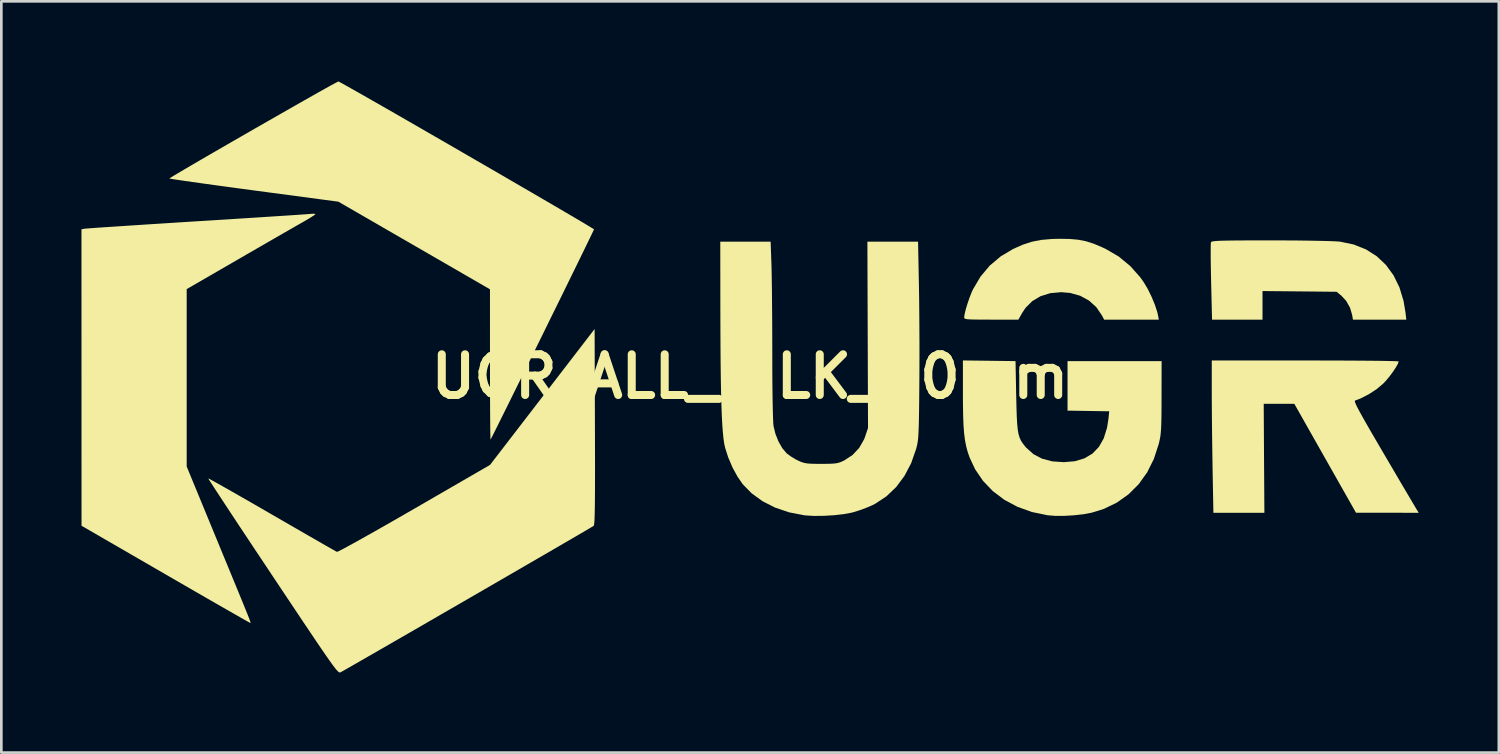
<source format=kicad_pcb>
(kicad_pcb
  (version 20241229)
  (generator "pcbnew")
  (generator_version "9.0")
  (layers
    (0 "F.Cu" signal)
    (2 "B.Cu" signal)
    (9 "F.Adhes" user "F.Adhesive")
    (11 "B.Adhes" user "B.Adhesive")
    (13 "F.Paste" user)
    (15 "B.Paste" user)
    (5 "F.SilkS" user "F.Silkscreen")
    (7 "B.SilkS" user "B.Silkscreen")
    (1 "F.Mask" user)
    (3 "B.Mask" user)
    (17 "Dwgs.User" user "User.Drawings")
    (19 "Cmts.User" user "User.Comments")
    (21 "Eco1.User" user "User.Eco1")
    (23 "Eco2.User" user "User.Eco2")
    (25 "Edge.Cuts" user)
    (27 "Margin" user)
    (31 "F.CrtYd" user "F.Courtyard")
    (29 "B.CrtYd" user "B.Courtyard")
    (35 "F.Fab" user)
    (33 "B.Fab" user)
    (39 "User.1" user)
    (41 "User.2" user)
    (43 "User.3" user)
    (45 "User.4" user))
  (footprint "UGR_ALL_SILK_50mm"
    (layer "F.Cu")
    (at 25.029 11.049)
    (property "Reference" "UGR_ALL_SILK_50mm" (at 0 0 0) (layer "F.SilkS") (effects (font (size 1.524 1.524) (thickness 0.3))))
    (attr board_only exclude_from_pos_files exclude_from_bom)
    (fp_poly (pts (xy 19.987 -5.098) (xy 20.449 -5.095) (xy 20.875 -5.09) (xy 21.257 -5.083) (xy 21.583 -5.076) (xy 21.844 -5.067) (xy 22.029 -5.057) (xy 22.103 -5.05) (xy 22.607 -4.944) (xy 23.062 -4.762) (xy 23.464 -4.507) (xy 23.808 -4.183) (xy 24.093 -3.793) (xy 24.315 -3.341) (xy 24.47 -2.83) (xy 24.542 -2.399) (xy 24.572 -2.132) (xy 22.574 -2.132) (xy 22.545 -2.309) (xy 22.465 -2.578) (xy 22.324 -2.83) (xy 22.141 -3.03) (xy 22.138 -3.032) (xy 21.962 -3.175) (xy 20.575 -3.189) (xy 19.189 -3.202) (xy 19.189 -2.132) (xy 17.299 -2.132) (xy 17.265 -3.544) (xy 17.258 -3.899) (xy 17.252 -4.226) (xy 17.249 -4.513) (xy 17.249 -4.748) (xy 17.251 -4.919) (xy 17.256 -5.014) (xy 17.258 -5.027) (xy 17.273 -5.044) (xy 17.309 -5.058) (xy 17.374 -5.069) (xy 17.474 -5.078) (xy 17.618 -5.085) (xy 17.814 -5.09) (xy 18.069 -5.094) (xy 18.39 -5.097) (xy 18.785 -5.098) (xy 19.262 -5.098) (xy 19.502 -5.099)) (stroke (width 0) (type solid)) (fill yes) (layer "F.SilkS"))
    (fp_poly (pts (xy 11.972 -5.152) (xy 12.295 -5.123) (xy 12.587 -5.065) (xy 12.878 -4.971) (xy 13.199 -4.835) (xy 13.329 -4.773) (xy 13.808 -4.493) (xy 14.24 -4.136) (xy 14.614 -3.714) (xy 14.734 -3.545) (xy 14.888 -3.288) (xy 15.033 -2.994) (xy 15.157 -2.696) (xy 15.246 -2.425) (xy 15.274 -2.306) (xy 15.306 -2.132) (xy 13.259 -2.132) (xy 13.181 -2.283) (xy 12.969 -2.596) (xy 12.694 -2.845) (xy 12.365 -3.025) (xy 11.99 -3.131) (xy 11.653 -3.16) (xy 11.243 -3.123) (xy 10.88 -3.01) (xy 10.568 -2.825) (xy 10.314 -2.57) (xy 10.192 -2.386) (xy 10.049 -2.132) (xy 9.034 -2.132) (xy 8.701 -2.133) (xy 8.45 -2.135) (xy 8.269 -2.139) (xy 8.147 -2.147) (xy 8.072 -2.159) (xy 8.034 -2.177) (xy 8.02 -2.2) (xy 8.019 -2.214) (xy 8.035 -2.338) (xy 8.08 -2.52) (xy 8.145 -2.736) (xy 8.221 -2.958) (xy 8.301 -3.161) (xy 8.347 -3.261) (xy 8.629 -3.741) (xy 8.976 -4.154) (xy 9.389 -4.502) (xy 9.849 -4.776) (xy 10.208 -4.936) (xy 10.551 -5.048) (xy 10.909 -5.118) (xy 11.31 -5.152) (xy 11.588 -5.159)) (stroke (width 0) (type solid)) (fill yes) (layer "F.SilkS"))
    (fp_poly (pts (xy 21.349 -0.602) (xy 21.881 -0.601) (xy 22.379 -0.599) (xy 22.835 -0.596) (xy 23.241 -0.593) (xy 23.592 -0.589) (xy 23.878 -0.584) (xy 24.095 -0.579) (xy 24.233 -0.574) (xy 24.287 -0.568) (xy 24.287 -0.568) (xy 24.258 -0.479) (xy 24.18 -0.341) (xy 24.069 -0.174) (xy 23.937 0.002) (xy 23.799 0.167) (xy 23.712 0.259) (xy 23.467 0.466) (xy 23.169 0.661) (xy 22.856 0.821) (xy 22.656 0.897) (xy 22.645 0.916) (xy 22.654 0.962) (xy 22.686 1.042) (xy 22.744 1.163) (xy 22.833 1.329) (xy 22.954 1.547) (xy 23.111 1.823) (xy 23.307 2.163) (xy 23.546 2.572) (xy 23.714 2.86) (xy 23.944 3.251) (xy 24.162 3.622) (xy 24.363 3.965) (xy 24.543 4.27) (xy 24.696 4.529) (xy 24.817 4.734) (xy 24.901 4.876) (xy 24.943 4.947) (xy 24.944 4.948) (xy 25.037 5.099) (xy 22.689 5.098) (xy 21.534 3.059) (xy 20.38 1.02) (xy 19.234 1.02) (xy 19.246 3.059) (xy 19.259 5.099) (xy 18.304 5.099) (xy 17.35 5.099) (xy 17.319 3.422) (xy 17.312 2.969) (xy 17.305 2.486) (xy 17.299 1.996) (xy 17.294 1.521) (xy 17.291 1.083) (xy 17.289 0.707) (xy 17.289 0.572) (xy 17.289 -0.603) (xy 20.788 -0.603)) (stroke (width 0) (type solid)) (fill yes) (layer "F.SilkS"))
    (fp_poly (pts (xy 8.957 -0.592) (xy 9.942 -0.579) (xy 9.967 0.718) (xy 9.977 1.143) (xy 9.988 1.486) (xy 10.003 1.761) (xy 10.024 1.978) (xy 10.054 2.15) (xy 10.095 2.288) (xy 10.149 2.405) (xy 10.219 2.511) (xy 10.306 2.62) (xy 10.345 2.665) (xy 10.614 2.905) (xy 10.936 3.074) (xy 11.315 3.174) (xy 11.748 3.205) (xy 12.166 3.169) (xy 12.524 3.061) (xy 12.823 2.883) (xy 13.063 2.633) (xy 13.245 2.312) (xy 13.367 1.919) (xy 13.42 1.589) (xy 13.45 1.3) (xy 12.67 1.287) (xy 11.889 1.275) (xy 11.889 -0.579) (xy 15.411 -0.579) (xy 15.409 0.765) (xy 15.408 1.162) (xy 15.405 1.48) (xy 15.4 1.732) (xy 15.392 1.932) (xy 15.381 2.092) (xy 15.365 2.228) (xy 15.343 2.352) (xy 15.315 2.477) (xy 15.303 2.526) (xy 15.121 3.084) (xy 14.87 3.587) (xy 14.552 4.03) (xy 14.173 4.408) (xy 13.736 4.718) (xy 13.245 4.956) (xy 12.793 5.096) (xy 12.482 5.154) (xy 12.126 5.194) (xy 11.758 5.215) (xy 11.413 5.214) (xy 11.136 5.191) (xy 10.55 5.069) (xy 10.011 4.874) (xy 9.523 4.613) (xy 9.092 4.288) (xy 8.725 3.905) (xy 8.428 3.468) (xy 8.223 3.03) (xy 8.152 2.824) (xy 8.095 2.614) (xy 8.051 2.387) (xy 8.018 2.13) (xy 7.995 1.83) (xy 7.981 1.474) (xy 7.974 1.049) (xy 7.972 0.665) (xy 7.972 -0.604)) (stroke (width 0) (type solid)) (fill yes) (layer "F.SilkS"))
    (fp_poly (pts (xy -16.271 -6.083) (xy -16.27 -6.081) (xy -16.309 -6.047) (xy -16.413 -5.978) (xy -16.567 -5.884) (xy -16.755 -5.775) (xy -16.768 -5.768) (xy -16.912 -5.686) (xy -17.125 -5.564) (xy -17.397 -5.408) (xy -17.717 -5.224) (xy -18.075 -5.018) (xy -18.459 -4.796) (xy -18.859 -4.565) (xy -19.177 -4.381) (xy -21.089 -3.275) (xy -21.089 3.368) (xy -19.973 6.075) (xy -19.728 6.671) (xy -19.515 7.186) (xy -19.334 7.627) (xy -19.18 7.999) (xy -19.053 8.309) (xy -18.95 8.561) (xy -18.868 8.763) (xy -18.805 8.919) (xy -18.759 9.035) (xy -18.728 9.118) (xy -18.709 9.172) (xy -18.7 9.204) (xy -18.699 9.218) (xy -18.703 9.222) (xy -18.71 9.221) (xy -18.715 9.22) (xy -18.759 9.197) (xy -18.878 9.131) (xy -19.064 9.026) (xy -19.312 8.884) (xy -19.616 8.71) (xy -19.97 8.508) (xy -20.366 8.28) (xy -20.8 8.03) (xy -21.264 7.762) (xy -21.753 7.479) (xy -21.888 7.401) (xy -25.027 5.585) (xy -25.028 0.036) (xy -25.029 -5.514) (xy -24.925 -5.535) (xy -24.864 -5.541) (xy -24.717 -5.552) (xy -24.492 -5.569) (xy -24.194 -5.589) (xy -23.831 -5.613) (xy -23.409 -5.641) (xy -22.936 -5.672) (xy -22.417 -5.706) (xy -21.86 -5.741) (xy -21.272 -5.779) (xy -20.695 -5.815) (xy -20.082 -5.853) (xy -19.493 -5.89) (xy -18.936 -5.926) (xy -18.416 -5.959) (xy -17.941 -5.99) (xy -17.518 -6.017) (xy -17.153 -6.041) (xy -16.854 -6.061) (xy -16.627 -6.077) (xy -16.48 -6.088) (xy -16.42 -6.093) (xy -16.318 -6.098)) (stroke (width 0) (type solid)) (fill yes) (layer "F.SilkS"))
    (fp_poly (pts (xy -15.36 -11.025) (xy -15.238 -10.959) (xy -15.048 -10.852) (xy -14.796 -10.71) (xy -14.489 -10.536) (xy -14.132 -10.332) (xy -13.731 -10.103) (xy -13.293 -9.852) (xy -12.824 -9.582) (xy -12.329 -9.297) (xy -11.815 -9) (xy -11.287 -8.696) (xy -10.752 -8.386) (xy -10.215 -8.075) (xy -9.683 -7.767) (xy -9.162 -7.465) (xy -8.657 -7.171) (xy -8.175 -6.891) (xy -7.721 -6.626) (xy -7.302 -6.382) (xy -6.924 -6.16) (xy -6.593 -5.966) (xy -6.314 -5.801) (xy -6.094 -5.67) (xy -5.939 -5.576) (xy -5.854 -5.523) (xy -5.84 -5.512) (xy -5.86 -5.467) (xy -5.918 -5.345) (xy -6.01 -5.155) (xy -6.132 -4.903) (xy -6.282 -4.595) (xy -6.455 -4.24) (xy -6.649 -3.844) (xy -6.86 -3.413) (xy -7.084 -2.956) (xy -7.319 -2.479) (xy -7.56 -1.989) (xy -7.803 -1.493) (xy -8.047 -0.999) (xy -8.287 -0.512) (xy -8.519 -0.041) (xy -8.741 0.408) (xy -8.948 0.827) (xy -9.138 1.211) (xy -9.307 1.551) (xy -9.451 1.841) (xy -9.567 2.073) (xy -9.652 2.241) (xy -9.701 2.338) (xy -9.713 2.359) (xy -9.717 2.318) (xy -9.72 2.191) (xy -9.724 1.988) (xy -9.726 1.716) (xy -9.729 1.383) (xy -9.731 0.996) (xy -9.733 0.564) (xy -9.734 0.094) (xy -9.734 -0.405) (xy -9.734 -0.444) (xy -9.735 -3.268) (xy -15.411 -6.548) (xy -18.575 -6.97) (xy -19.105 -7.041) (xy -19.607 -7.109) (xy -20.074 -7.173) (xy -20.498 -7.232) (xy -20.872 -7.284) (xy -21.188 -7.33) (xy -21.44 -7.367) (xy -21.619 -7.394) (xy -21.719 -7.411) (xy -21.737 -7.416) (xy -21.698 -7.444) (xy -21.586 -7.514) (xy -21.407 -7.62) (xy -21.171 -7.76) (xy -20.884 -7.928) (xy -20.553 -8.121) (xy -20.186 -8.334) (xy -19.79 -8.563) (xy -19.374 -8.803) (xy -18.943 -9.051) (xy -18.507 -9.302) (xy -18.071 -9.551) (xy -17.644 -9.795) (xy -17.233 -10.03) (xy -16.845 -10.251) (xy -16.489 -10.453) (xy -16.17 -10.633) (xy -15.897 -10.786) (xy -15.678 -10.908) (xy -15.519 -10.994) (xy -15.428 -11.041) (xy -15.409 -11.049)) (stroke (width 0) (type solid)) (fill yes) (layer "F.SilkS"))
    (fp_poly (pts (xy -5.805 1.877) (xy -5.803 2.574) (xy -5.802 3.182) (xy -5.802 3.709) (xy -5.803 4.158) (xy -5.805 4.535) (xy -5.808 4.845) (xy -5.813 5.094) (xy -5.818 5.286) (xy -5.825 5.426) (xy -5.834 5.52) (xy -5.844 5.573) (xy -5.851 5.588) (xy -5.896 5.616) (xy -6.015 5.686) (xy -6.202 5.796) (xy -6.451 5.942) (xy -6.756 6.119) (xy -7.111 6.326) (xy -7.51 6.558) (xy -7.947 6.811) (xy -8.415 7.082) (xy -8.909 7.369) (xy -9.422 7.666) (xy -9.949 7.971) (xy -10.483 8.28) (xy -11.019 8.59) (xy -11.549 8.896) (xy -12.069 9.197) (xy -12.571 9.487) (xy -13.051 9.764) (xy -13.502 10.024) (xy -13.917 10.263) (xy -14.291 10.478) (xy -14.618 10.666) (xy -14.891 10.823) (xy -15.105 10.945) (xy -15.253 11.029) (xy -15.329 11.071) (xy -15.33 11.072) (xy -15.348 11.079) (xy -15.37 11.077) (xy -15.399 11.061) (xy -15.436 11.028) (xy -15.487 10.973) (xy -15.553 10.891) (xy -15.638 10.777) (xy -15.745 10.628) (xy -15.878 10.438) (xy -16.039 10.204) (xy -16.232 9.92) (xy -16.459 9.582) (xy -16.725 9.187) (xy -17.031 8.728) (xy -17.383 8.202) (xy -17.781 7.604) (xy -17.866 7.477) (xy -18.214 6.954) (xy -18.548 6.453) (xy -18.862 5.979) (xy -19.155 5.538) (xy -19.421 5.135) (xy -19.658 4.775) (xy -19.862 4.464) (xy -20.03 4.208) (xy -20.158 4.011) (xy -20.243 3.878) (xy -20.28 3.816) (xy -20.282 3.812) (xy -20.24 3.832) (xy -20.125 3.894) (xy -19.944 3.994) (xy -19.704 4.13) (xy -19.411 4.296) (xy -19.074 4.488) (xy -18.699 4.703) (xy -18.293 4.937) (xy -17.894 5.168) (xy -17.464 5.416) (xy -17.057 5.651) (xy -16.681 5.868) (xy -16.342 6.063) (xy -16.048 6.232) (xy -15.805 6.371) (xy -15.622 6.475) (xy -15.506 6.54) (xy -15.463 6.563) (xy -15.414 6.544) (xy -15.291 6.482) (xy -15.102 6.381) (xy -14.852 6.244) (xy -14.548 6.075) (xy -14.196 5.878) (xy -13.804 5.656) (xy -13.378 5.413) (xy -12.924 5.152) (xy -12.568 4.947) (xy -9.733 3.307) (xy -7.775 0.763) (xy -5.817 -1.781)) (stroke (width 0) (type solid)) (fill yes) (layer "F.SilkS"))
    (fp_poly (pts (xy 0.804 -4.183) (xy 0.81 -3.961) (xy 0.815 -3.66) (xy 0.821 -3.293) (xy 0.825 -2.872) (xy 0.829 -2.411) (xy 0.832 -1.923) (xy 0.834 -1.422) (xy 0.835 -0.919) (xy 0.835 -0.881) (xy 0.836 -0.354) (xy 0.838 0.137) (xy 0.843 0.583) (xy 0.849 0.977) (xy 0.856 1.31) (xy 0.864 1.574) (xy 0.873 1.761) (xy 0.882 1.854) (xy 0.953 2.145) (xy 1.067 2.43) (xy 1.21 2.681) (xy 1.369 2.869) (xy 1.378 2.877) (xy 1.52 2.983) (xy 1.698 3.092) (xy 1.806 3.147) (xy 1.92 3.197) (xy 2.026 3.231) (xy 2.144 3.252) (xy 2.297 3.263) (xy 2.509 3.267) (xy 2.665 3.268) (xy 2.917 3.266) (xy 3.098 3.26) (xy 3.232 3.246) (xy 3.339 3.221) (xy 3.442 3.181) (xy 3.532 3.138) (xy 3.839 2.937) (xy 4.09 2.668) (xy 4.274 2.346) (xy 4.315 2.235) (xy 4.419 1.924) (xy 4.396 -5.052) (xy 6.293 -5.052) (xy 6.326 -3.372) (xy 6.333 -2.929) (xy 6.338 -2.416) (xy 6.342 -1.858) (xy 6.345 -1.278) (xy 6.345 -0.698) (xy 6.343 -0.143) (xy 6.34 0.324) (xy 6.336 0.813) (xy 6.331 1.22) (xy 6.326 1.552) (xy 6.32 1.822) (xy 6.312 2.037) (xy 6.303 2.208) (xy 6.292 2.345) (xy 6.277 2.458) (xy 6.259 2.555) (xy 6.237 2.647) (xy 6.22 2.711) (xy 6.034 3.243) (xy 5.783 3.72) (xy 5.473 4.136) (xy 5.108 4.484) (xy 4.694 4.758) (xy 4.589 4.812) (xy 4.353 4.914) (xy 4.087 5.011) (xy 3.841 5.086) (xy 3.801 5.096) (xy 3.501 5.151) (xy 3.146 5.191) (xy 2.769 5.213) (xy 2.405 5.217) (xy 2.09 5.199) (xy 2.034 5.193) (xy 1.466 5.083) (xy 0.941 4.906) (xy 0.469 4.666) (xy 0.059 4.368) (xy -0.267 4.035) (xy -0.465 3.75) (xy -0.653 3.405) (xy -0.814 3.028) (xy -0.931 2.665) (xy -0.963 2.518) (xy -0.991 2.329) (xy -1.015 2.091) (xy -1.037 1.801) (xy -1.055 1.453) (xy -1.07 1.044) (xy -1.083 0.568) (xy -1.093 0.021) (xy -1.1 -0.603) (xy -1.105 -1.307) (xy -1.108 -2.097) (xy -1.109 -2.538) (xy -1.112 -5.052) (xy 0.773 -5.052)) (stroke (width 0) (type solid)) (fill yes) (layer "F.SilkS")))
  (gr_rect
    (start -3 -3)
    (end 53.066 25.127)
    (stroke (width 0.1) (type default))
    (fill no)
    (layer "Edge.Cuts")))
</source>
